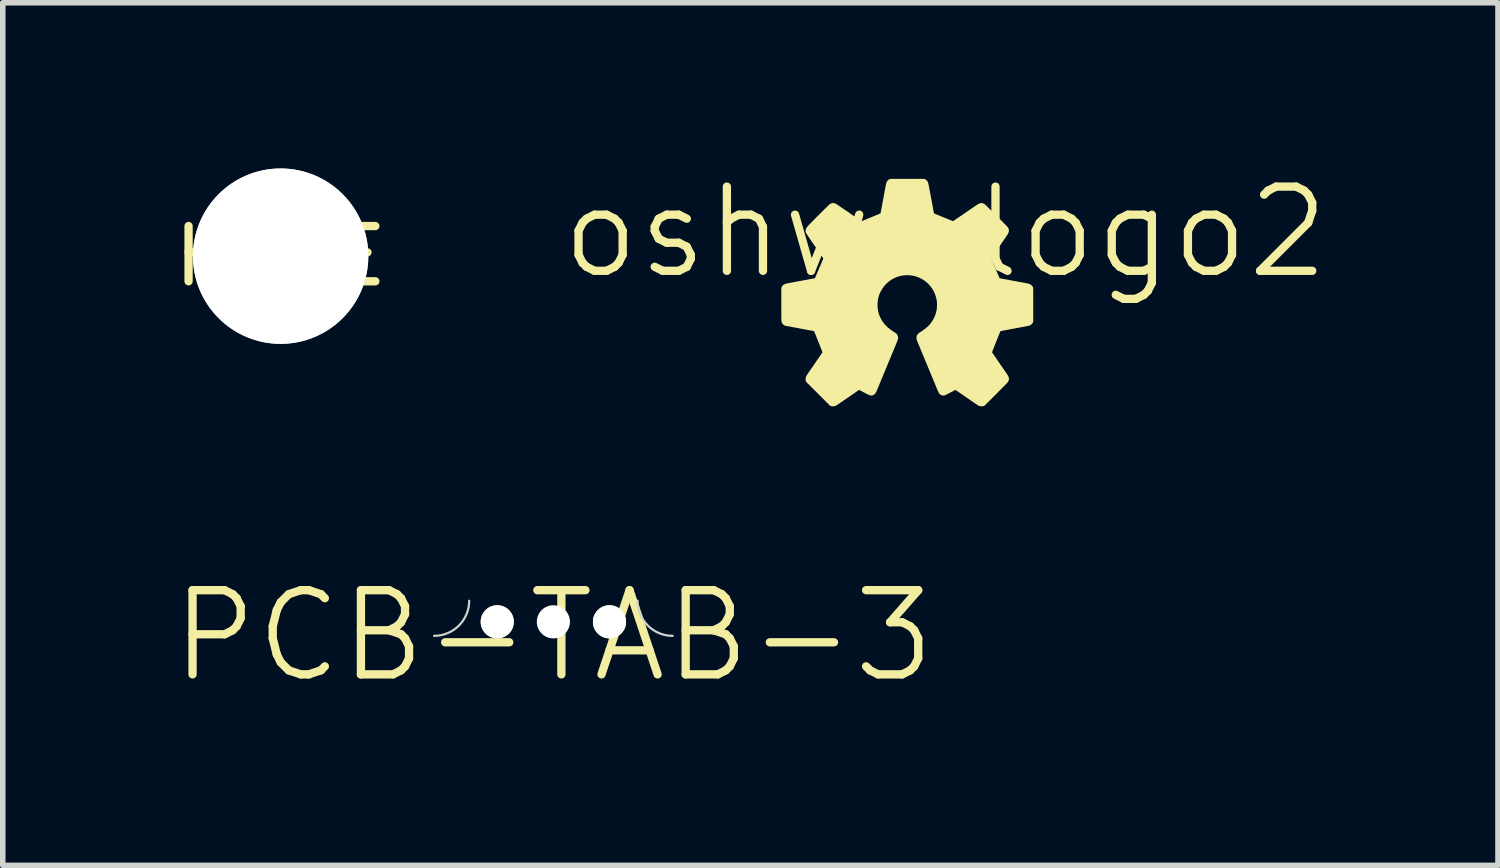
<source format=kicad_pcb>
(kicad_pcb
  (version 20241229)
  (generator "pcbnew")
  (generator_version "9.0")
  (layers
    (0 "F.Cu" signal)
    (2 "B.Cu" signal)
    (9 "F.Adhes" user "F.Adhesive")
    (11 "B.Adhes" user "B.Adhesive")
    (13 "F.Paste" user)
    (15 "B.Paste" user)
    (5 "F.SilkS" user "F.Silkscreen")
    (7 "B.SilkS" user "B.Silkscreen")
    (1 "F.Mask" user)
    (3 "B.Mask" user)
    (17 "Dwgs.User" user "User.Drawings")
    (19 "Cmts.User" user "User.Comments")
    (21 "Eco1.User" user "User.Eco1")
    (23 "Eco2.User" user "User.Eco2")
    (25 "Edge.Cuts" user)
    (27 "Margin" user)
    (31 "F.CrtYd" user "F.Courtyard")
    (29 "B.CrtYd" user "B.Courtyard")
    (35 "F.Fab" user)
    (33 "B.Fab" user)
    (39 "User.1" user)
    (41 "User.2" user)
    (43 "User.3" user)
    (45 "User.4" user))
  (footprint "oshw-logo2"
    (layer "F.Cu")
    (at 13.373 2.245)
    (property "Reference" "oshw-logo2" (at 0.69 -1.09 0) (layer "F.SilkS") (effects (font (size 1.524 1.524) (thickness 0.15))))
    (attr through_hole)
    (fp_poly (pts (xy -2.205 0.221) (xy -2.205 0.269) (xy -2.205 0.311) (xy -2.205 0.348) (xy -2.205 0.381) (xy -2.205 0.409) (xy -2.204 0.432) (xy -2.204 0.452) (xy -2.204 0.468) (xy -2.204 0.482) (xy -2.203 0.492) (xy -2.203 0.501) (xy -2.203 0.507) (xy -2.202 0.511) (xy -2.201 0.514) (xy -2.201 0.517) (xy -2.2 0.518) (xy -2.199 0.519) (xy -2.193 0.525) (xy -2.188 0.529) (xy -2.183 0.53) (xy -2.174 0.531) (xy -2.161 0.534) (xy -2.144 0.537) (xy -2.124 0.541) (xy -2.102 0.545) (xy -2.094 0.547) (xy -2.051 0.555) (xy -2.014 0.561) (xy -1.981 0.568) (xy -1.951 0.573) (xy -1.923 0.579) (xy -1.896 0.584) (xy -1.895 0.584) (xy -1.881 0.586) (xy -1.864 0.59) (xy -1.844 0.593) (xy -1.825 0.597) (xy -1.817 0.598) (xy -1.787 0.604) (xy -1.759 0.609) (xy -1.733 0.614) (xy -1.709 0.618) (xy -1.689 0.622) (xy -1.671 0.626) (xy -1.659 0.628) (xy -1.651 0.63) (xy -1.649 0.63) (xy -1.645 0.631) (xy -1.642 0.633) (xy -1.639 0.635) (xy -1.636 0.638) (xy -1.632 0.643) (xy -1.628 0.65) (xy -1.623 0.66) (xy -1.618 0.672) (xy -1.611 0.687) (xy -1.604 0.705) (xy -1.594 0.727) (xy -1.584 0.753) (xy -1.572 0.783) (xy -1.558 0.818) (xy -1.542 0.858) (xy -1.54 0.863) (xy -1.521 0.909) (xy -1.506 0.95) (xy -1.492 0.985) (xy -1.48 1.015) (xy -1.471 1.039) (xy -1.464 1.059) (xy -1.459 1.073) (xy -1.456 1.083) (xy -1.455 1.087) (xy -1.455 1.091) (xy -1.456 1.094) (xy -1.458 1.099) (xy -1.46 1.105) (xy -1.465 1.112) (xy -1.471 1.122) (xy -1.48 1.135) (xy -1.491 1.152) (xy -1.505 1.172) (xy -1.51 1.179) (xy -1.522 1.197) (xy -1.535 1.215) (xy -1.547 1.233) (xy -1.558 1.249) (xy -1.562 1.255) (xy -1.58 1.281) (xy -1.598 1.307) (xy -1.615 1.332) (xy -1.631 1.356) (xy -1.646 1.378) (xy -1.66 1.398) (xy -1.671 1.415) (xy -1.681 1.428) (xy -1.687 1.437) (xy -1.689 1.44) (xy -1.695 1.448) (xy -1.703 1.459) (xy -1.712 1.474) (xy -1.723 1.489) (xy -1.733 1.504) (xy -1.744 1.52) (xy -1.752 1.533) (xy -1.758 1.543) (xy -1.762 1.55) (xy -1.764 1.555) (xy -1.765 1.56) (xy -1.765 1.564) (xy -1.765 1.577) (xy -1.56 1.781) (xy -1.356 1.985) (xy -1.342 1.985) (xy -1.336 1.985) (xy -1.329 1.983) (xy -1.321 1.979) (xy -1.311 1.973) (xy -1.302 1.967) (xy -1.275 1.949) (xy -1.251 1.932) (xy -1.228 1.917) (xy -1.209 1.904) (xy -1.194 1.893) (xy -1.184 1.886) (xy -1.174 1.88) (xy -1.162 1.871) (xy -1.147 1.861) (xy -1.133 1.851) (xy -1.132 1.851) (xy -1.118 1.841) (xy -1.105 1.832) (xy -1.093 1.824) (xy -1.085 1.818) (xy -1.084 1.817) (xy -1.076 1.812) (xy -1.065 1.804) (xy -1.051 1.795) (xy -1.037 1.786) (xy -1.036 1.785) (xy -1.021 1.775) (xy -1.005 1.764) (xy -0.99 1.753) (xy -0.979 1.746) (xy -0.953 1.727) (xy -0.93 1.712) (xy -0.913 1.7) (xy -0.899 1.691) (xy -0.888 1.685) (xy -0.882 1.682) (xy -0.88 1.682) (xy -0.877 1.681) (xy -0.873 1.681) (xy -0.868 1.682) (xy -0.863 1.684) (xy -0.855 1.688) (xy -0.844 1.693) (xy -0.831 1.699) (xy -0.815 1.708) (xy -0.794 1.718) (xy -0.77 1.732) (xy -0.747 1.743) (xy -0.726 1.755) (xy -0.707 1.765) (xy -0.689 1.774) (xy -0.675 1.781) (xy -0.664 1.786) (xy -0.657 1.789) (xy -0.655 1.79) (xy -0.65 1.79) (xy -0.645 1.788) (xy -0.641 1.785) (xy -0.637 1.78) (xy -0.632 1.773) (xy -0.627 1.762) (xy -0.62 1.747) (xy -0.612 1.727) (xy -0.604 1.707) (xy -0.598 1.693) (xy -0.592 1.678) (xy -0.585 1.662) (xy -0.578 1.645) (xy -0.57 1.625) (xy -0.561 1.603) (xy -0.551 1.578) (xy -0.539 1.55) (xy -0.526 1.517) (xy -0.51 1.481) (xy -0.494 1.44) (xy -0.474 1.394) (xy -0.473 1.39) (xy -0.462 1.365) (xy -0.453 1.341) (xy -0.443 1.319) (xy -0.435 1.299) (xy -0.428 1.282) (xy -0.423 1.269) (xy -0.419 1.26) (xy -0.419 1.26) (xy -0.413 1.246) (xy -0.406 1.229) (xy -0.399 1.213) (xy -0.397 1.208) (xy -0.392 1.195) (xy -0.385 1.178) (xy -0.377 1.16) (xy -0.37 1.142) (xy -0.369 1.139) (xy -0.361 1.121) (xy -0.353 1.1) (xy -0.345 1.08) (xy -0.337 1.063) (xy -0.337 1.062) (xy -0.33 1.046) (xy -0.322 1.026) (xy -0.313 1.005) (xy -0.306 0.986) (xy -0.305 0.985) (xy -0.298 0.969) (xy -0.29 0.949) (xy -0.281 0.927) (xy -0.272 0.905) (xy -0.264 0.886) (xy -0.257 0.868) (xy -0.251 0.851) (xy -0.245 0.837) (xy -0.242 0.826) (xy -0.24 0.82) (xy -0.24 0.819) (xy -0.241 0.811) (xy -0.246 0.803) (xy -0.254 0.795) (xy -0.267 0.786) (xy -0.278 0.779) (xy -0.291 0.771) (xy -0.304 0.762) (xy -0.315 0.755) (xy -0.319 0.752) (xy -0.328 0.745) (xy -0.34 0.736) (xy -0.353 0.727) (xy -0.357 0.724) (xy -0.401 0.689) (xy -0.442 0.65) (xy -0.48 0.607) (xy -0.514 0.56) (xy -0.543 0.511) (xy -0.548 0.501) (xy -0.572 0.449) (xy -0.59 0.397) (xy -0.602 0.345) (xy -0.61 0.291) (xy -0.613 0.235) (xy -0.613 0.225) (xy -0.611 0.167) (xy -0.604 0.113) (xy -0.592 0.06) (xy -0.575 0.007) (xy -0.552 -0.045) (xy -0.55 -0.047) (xy -0.521 -0.1) (xy -0.487 -0.148) (xy -0.449 -0.194) (xy -0.407 -0.235) (xy -0.361 -0.272) (xy -0.311 -0.305) (xy -0.258 -0.333) (xy -0.21 -0.353) (xy -0.158 -0.369) (xy -0.102 -0.381) (xy -0.045 -0.387) (xy 0.012 -0.389) (xy 0.069 -0.385) (xy 0.125 -0.376) (xy 0.147 -0.372) (xy 0.202 -0.355) (xy 0.256 -0.333) (xy 0.308 -0.307) (xy 0.357 -0.275) (xy 0.402 -0.239) (xy 0.434 -0.209) (xy 0.476 -0.163) (xy 0.512 -0.114) (xy 0.542 -0.063) (xy 0.568 -0.009) (xy 0.588 0.048) (xy 0.603 0.106) (xy 0.611 0.155) (xy 0.612 0.177) (xy 0.613 0.203) (xy 0.613 0.231) (xy 0.612 0.26) (xy 0.61 0.289) (xy 0.608 0.315) (xy 0.604 0.337) (xy 0.603 0.342) (xy 0.588 0.403) (xy 0.567 0.46) (xy 0.541 0.515) (xy 0.51 0.566) (xy 0.475 0.614) (xy 0.434 0.659) (xy 0.422 0.67) (xy 0.391 0.698) (xy 0.362 0.721) (xy 0.354 0.726) (xy 0.344 0.733) (xy 0.332 0.742) (xy 0.322 0.75) (xy 0.311 0.758) (xy 0.297 0.767) (xy 0.283 0.776) (xy 0.278 0.779) (xy 0.266 0.786) (xy 0.256 0.794) (xy 0.248 0.8) (xy 0.246 0.802) (xy 0.241 0.813) (xy 0.241 0.827) (xy 0.246 0.843) (xy 0.246 0.844) (xy 0.25 0.852) (xy 0.255 0.864) (xy 0.261 0.878) (xy 0.267 0.894) (xy 0.27 0.899) (xy 0.277 0.918) (xy 0.286 0.94) (xy 0.296 0.962) (xy 0.304 0.982) (xy 0.305 0.985) (xy 0.312 1.003) (xy 0.32 1.02) (xy 0.326 1.036) (xy 0.332 1.05) (xy 0.333 1.053) (xy 0.338 1.066) (xy 0.345 1.082) (xy 0.353 1.102) (xy 0.362 1.123) (xy 0.371 1.145) (xy 0.38 1.166) (xy 0.388 1.186) (xy 0.395 1.203) (xy 0.398 1.211) (xy 0.402 1.22) (xy 0.408 1.234) (xy 0.416 1.252) (xy 0.425 1.274) (xy 0.436 1.3) (xy 0.447 1.328) (xy 0.46 1.358) (xy 0.473 1.389) (xy 0.486 1.422) (xy 0.498 1.451) (xy 0.505 1.469) (xy 0.514 1.49) (xy 0.522 1.51) (xy 0.529 1.527) (xy 0.53 1.528) (xy 0.537 1.544) (xy 0.545 1.564) (xy 0.553 1.585) (xy 0.561 1.603) (xy 0.562 1.605) (xy 0.568 1.62) (xy 0.576 1.639) (xy 0.585 1.661) (xy 0.594 1.684) (xy 0.604 1.706) (xy 0.606 1.713) (xy 0.615 1.733) (xy 0.623 1.751) (xy 0.63 1.765) (xy 0.635 1.777) (xy 0.639 1.783) (xy 0.64 1.785) (xy 0.648 1.789) (xy 0.654 1.79) (xy 0.658 1.788) (xy 0.667 1.785) (xy 0.679 1.778) (xy 0.695 1.77) (xy 0.714 1.761) (xy 0.735 1.75) (xy 0.757 1.738) (xy 0.76 1.737) (xy 0.783 1.725) (xy 0.804 1.714) (xy 0.823 1.704) (xy 0.84 1.695) (xy 0.853 1.688) (xy 0.863 1.684) (xy 0.868 1.682) (xy 0.868 1.682) (xy 0.875 1.681) (xy 0.883 1.683) (xy 0.893 1.688) (xy 0.906 1.695) (xy 0.923 1.706) (xy 0.932 1.713) (xy 0.945 1.722) (xy 0.961 1.733) (xy 0.979 1.745) (xy 0.997 1.758) (xy 1.008 1.765) (xy 1.024 1.776) (xy 1.041 1.788) (xy 1.056 1.798) (xy 1.069 1.807) (xy 1.076 1.812) (xy 1.087 1.82) (xy 1.101 1.83) (xy 1.117 1.84) (xy 1.132 1.85) (xy 1.132 1.851) (xy 1.146 1.86) (xy 1.161 1.87) (xy 1.174 1.879) (xy 1.183 1.886) (xy 1.184 1.886) (xy 1.195 1.894) (xy 1.21 1.904) (xy 1.229 1.917) (xy 1.252 1.933) (xy 1.277 1.95) (xy 1.302 1.967) (xy 1.315 1.976) (xy 1.324 1.981) (xy 1.331 1.984) (xy 1.338 1.985) (xy 1.342 1.985) (xy 1.356 1.985) (xy 1.557 1.785) (xy 1.585 1.756) (xy 1.613 1.728) (xy 1.639 1.702) (xy 1.664 1.677) (xy 1.686 1.654) (xy 1.706 1.634) (xy 1.724 1.616) (xy 1.738 1.601) (xy 1.75 1.589) (xy 1.757 1.581) (xy 1.761 1.577) (xy 1.762 1.576) (xy 1.764 1.573) (xy 1.765 1.57) (xy 1.766 1.566) (xy 1.766 1.562) (xy 1.764 1.558) (xy 1.762 1.552) (xy 1.758 1.544) (xy 1.753 1.535) (xy 1.746 1.524) (xy 1.737 1.509) (xy 1.725 1.492) (xy 1.711 1.472) (xy 1.695 1.448) (xy 1.676 1.42) (xy 1.653 1.388) (xy 1.637 1.365) (xy 1.631 1.356) (xy 1.623 1.344) (xy 1.613 1.329) (xy 1.602 1.314) (xy 1.596 1.304) (xy 1.583 1.286) (xy 1.57 1.266) (xy 1.556 1.246) (xy 1.544 1.228) (xy 1.54 1.223) (xy 1.521 1.195) (xy 1.505 1.172) (xy 1.492 1.153) (xy 1.481 1.137) (xy 1.473 1.125) (xy 1.466 1.115) (xy 1.462 1.108) (xy 1.459 1.102) (xy 1.457 1.098) (xy 1.456 1.094) (xy 1.455 1.091) (xy 1.455 1.089) (xy 1.455 1.087) (xy 1.456 1.083) (xy 1.458 1.075) (xy 1.461 1.065) (xy 1.467 1.05) (xy 1.473 1.032) (xy 1.482 1.009) (xy 1.493 0.982) (xy 1.505 0.95) (xy 1.52 0.913) (xy 1.536 0.871) (xy 1.54 0.863) (xy 1.553 0.829) (xy 1.566 0.797) (xy 1.579 0.766) (xy 1.59 0.738) (xy 1.6 0.713) (xy 1.609 0.691) (xy 1.617 0.673) (xy 1.623 0.658) (xy 1.627 0.649) (xy 1.629 0.644) (xy 1.629 0.644) (xy 1.633 0.64) (xy 1.637 0.637) (xy 1.644 0.633) (xy 1.652 0.63) (xy 1.665 0.627) (xy 1.68 0.624) (xy 1.701 0.62) (xy 1.719 0.616) (xy 1.756 0.61) (xy 1.79 0.603) (xy 1.819 0.598) (xy 1.846 0.593) (xy 1.872 0.588) (xy 1.898 0.583) (xy 1.917 0.579) (xy 1.933 0.576) (xy 1.953 0.573) (xy 1.977 0.568) (xy 2.003 0.563) (xy 2.031 0.558) (xy 2.059 0.553) (xy 2.079 0.549) (xy 2.107 0.544) (xy 2.13 0.54) (xy 2.149 0.536) (xy 2.163 0.533) (xy 2.174 0.531) (xy 2.182 0.529) (xy 2.188 0.527) (xy 2.192 0.525) (xy 2.195 0.523) (xy 2.197 0.521) (xy 2.205 0.513) (xy 2.205 0.222) (xy 2.205 -0.07) (xy 2.197 -0.078) (xy 2.194 -0.08) (xy 2.191 -0.082) (xy 2.186 -0.084) (xy 2.179 -0.086) (xy 2.171 -0.088) (xy 2.159 -0.091) (xy 2.144 -0.094) (xy 2.126 -0.098) (xy 2.104 -0.102) (xy 2.077 -0.107) (xy 2.045 -0.113) (xy 2.014 -0.119) (xy 2.005 -0.12) (xy 1.991 -0.123) (xy 1.973 -0.126) (xy 1.952 -0.13) (xy 1.927 -0.135) (xy 1.9 -0.14) (xy 1.872 -0.145) (xy 1.843 -0.15) (xy 1.814 -0.156) (xy 1.808 -0.157) (xy 1.785 -0.161) (xy 1.76 -0.166) (xy 1.735 -0.17) (xy 1.712 -0.175) (xy 1.694 -0.178) (xy 1.669 -0.183) (xy 1.65 -0.187) (xy 1.635 -0.192) (xy 1.624 -0.197) (xy 1.617 -0.202) (xy 1.614 -0.206) (xy 1.612 -0.209) (xy 1.608 -0.218) (xy 1.602 -0.231) (xy 1.595 -0.249) (xy 1.586 -0.27) (xy 1.575 -0.294) (xy 1.563 -0.321) (xy 1.551 -0.35) (xy 1.537 -0.382) (xy 1.525 -0.41) (xy 1.508 -0.45) (xy 1.493 -0.485) (xy 1.481 -0.515) (xy 1.47 -0.541) (xy 1.461 -0.562) (xy 1.454 -0.58) (xy 1.449 -0.594) (xy 1.445 -0.605) (xy 1.442 -0.613) (xy 1.441 -0.619) (xy 1.44 -0.621) (xy 1.44 -0.625) (xy 1.441 -0.628) (xy 1.442 -0.632) (xy 1.445 -0.638) (xy 1.449 -0.644) (xy 1.454 -0.653) (xy 1.461 -0.665) (xy 1.471 -0.679) (xy 1.483 -0.696) (xy 1.497 -0.718) (xy 1.515 -0.743) (xy 1.524 -0.757) (xy 1.531 -0.767) (xy 1.541 -0.781) (xy 1.552 -0.797) (xy 1.563 -0.814) (xy 1.575 -0.831) (xy 1.576 -0.833) (xy 1.588 -0.85) (xy 1.6 -0.867) (xy 1.611 -0.884) (xy 1.621 -0.897) (xy 1.628 -0.908) (xy 1.628 -0.908) (xy 1.635 -0.918) (xy 1.644 -0.932) (xy 1.655 -0.948) (xy 1.667 -0.965) (xy 1.679 -0.983) (xy 1.679 -0.983) (xy 1.692 -1.001) (xy 1.705 -1.021) (xy 1.719 -1.04) (xy 1.73 -1.058) (xy 1.739 -1.07) (xy 1.75 -1.087) (xy 1.758 -1.1) (xy 1.763 -1.111) (xy 1.765 -1.119) (xy 1.765 -1.127) (xy 1.762 -1.134) (xy 1.76 -1.136) (xy 1.757 -1.14) (xy 1.75 -1.147) (xy 1.74 -1.158) (xy 1.727 -1.172) (xy 1.71 -1.188) (xy 1.692 -1.207) (xy 1.671 -1.228) (xy 1.648 -1.251) (xy 1.625 -1.274) (xy 1.6 -1.299) (xy 1.575 -1.324) (xy 1.549 -1.35) (xy 1.524 -1.375) (xy 1.499 -1.4) (xy 1.475 -1.424) (xy 1.452 -1.446) (xy 1.43 -1.467) (xy 1.411 -1.486) (xy 1.394 -1.503) (xy 1.379 -1.517) (xy 1.367 -1.528) (xy 1.359 -1.536) (xy 1.355 -1.539) (xy 1.354 -1.54) (xy 1.351 -1.542) (xy 1.348 -1.543) (xy 1.344 -1.544) (xy 1.34 -1.543) (xy 1.336 -1.542) (xy 1.329 -1.54) (xy 1.321 -1.535) (xy 1.311 -1.529) (xy 1.299 -1.521) (xy 1.283 -1.511) (xy 1.265 -1.499) (xy 1.242 -1.483) (xy 1.216 -1.465) (xy 1.185 -1.444) (xy 1.179 -1.44) (xy 1.132 -1.408) (xy 1.09 -1.379) (xy 1.052 -1.352) (xy 1.018 -1.329) (xy 0.988 -1.309) (xy 0.961 -1.29) (xy 0.938 -1.275) (xy 0.918 -1.261) (xy 0.901 -1.25) (xy 0.887 -1.24) (xy 0.875 -1.233) (xy 0.865 -1.226) (xy 0.857 -1.221) (xy 0.85 -1.218) (xy 0.845 -1.215) (xy 0.841 -1.213) (xy 0.838 -1.212) (xy 0.836 -1.212) (xy 0.835 -1.212) (xy 0.828 -1.213) (xy 0.817 -1.216) (xy 0.801 -1.222) (xy 0.781 -1.229) (xy 0.755 -1.24) (xy 0.753 -1.241) (xy 0.732 -1.249) (xy 0.71 -1.258) (xy 0.69 -1.266) (xy 0.671 -1.274) (xy 0.657 -1.28) (xy 0.65 -1.282) (xy 0.633 -1.289) (xy 0.614 -1.297) (xy 0.596 -1.305) (xy 0.587 -1.308) (xy 0.574 -1.314) (xy 0.557 -1.321) (xy 0.537 -1.329) (xy 0.517 -1.337) (xy 0.501 -1.344) (xy 0.479 -1.353) (xy 0.461 -1.36) (xy 0.448 -1.366) (xy 0.438 -1.37) (xy 0.431 -1.374) (xy 0.426 -1.377) (xy 0.423 -1.381) (xy 0.42 -1.384) (xy 0.418 -1.39) (xy 0.414 -1.4) (xy 0.411 -1.416) (xy 0.406 -1.437) (xy 0.401 -1.463) (xy 0.397 -1.487) (xy 0.392 -1.513) (xy 0.387 -1.539) (xy 0.383 -1.563) (xy 0.379 -1.584) (xy 0.378 -1.588) (xy 0.375 -1.602) (xy 0.372 -1.621) (xy 0.368 -1.644) (xy 0.363 -1.67) (xy 0.357 -1.699) (xy 0.352 -1.73) (xy 0.346 -1.762) (xy 0.34 -1.794) (xy 0.338 -1.805) (xy 0.331 -1.84) (xy 0.326 -1.869) (xy 0.321 -1.894) (xy 0.317 -1.914) (xy 0.314 -1.931) (xy 0.311 -1.943) (xy 0.309 -1.953) (xy 0.307 -1.961) (xy 0.305 -1.966) (xy 0.303 -1.97) (xy 0.302 -1.973) (xy 0.3 -1.974) (xy 0.292 -1.982) (xy -0.000291 -1.982) (xy -0.293 -1.982) (xy -0.3 -1.974) (xy -0.305 -1.965) (xy -0.31 -1.954) (xy -0.311 -1.949) (xy -0.312 -1.943) (xy -0.314 -1.932) (xy -0.317 -1.916) (xy -0.321 -1.896) (xy -0.325 -1.874) (xy -0.33 -1.849) (xy -0.335 -1.822) (xy -0.338 -1.806) (xy -0.348 -1.75) (xy -0.357 -1.7) (xy -0.366 -1.655) (xy -0.373 -1.614) (xy -0.38 -1.579) (xy -0.386 -1.547) (xy -0.391 -1.52) (xy -0.395 -1.497) (xy -0.399 -1.477) (xy -0.402 -1.46) (xy -0.405 -1.446) (xy -0.407 -1.435) (xy -0.408 -1.425) (xy -0.41 -1.418) (xy -0.411 -1.413) (xy -0.412 -1.409) (xy -0.412 -1.406) (xy -0.412 -1.406) (xy -0.416 -1.394) (xy -0.422 -1.383) (xy -0.423 -1.381) (xy -0.425 -1.38) (xy -0.427 -1.378) (xy -0.429 -1.376) (xy -0.433 -1.374) (xy -0.438 -1.371) (xy -0.445 -1.368) (xy -0.454 -1.364) (xy -0.466 -1.359) (xy -0.48 -1.353) (xy -0.497 -1.345) (xy -0.518 -1.337) (xy -0.542 -1.327) (xy -0.571 -1.315) (xy -0.604 -1.301) (xy -0.642 -1.286) (xy -0.682 -1.27) (xy -0.695 -1.264) (xy -0.712 -1.257) (xy -0.731 -1.249) (xy -0.751 -1.241) (xy -0.765 -1.235) (xy -0.788 -1.226) (xy -0.807 -1.219) (xy -0.821 -1.215) (xy -0.831 -1.213) (xy -0.831 -1.213) (xy -0.846 -1.212) (xy -0.908 -1.254) (xy -0.925 -1.266) (xy -0.945 -1.28) (xy -0.969 -1.296) (xy -0.994 -1.313) (xy -1.021 -1.331) (xy -1.047 -1.349) (xy -1.073 -1.367) (xy -1.079 -1.371) (xy -1.116 -1.397) (xy -1.149 -1.419) (xy -1.178 -1.439) (xy -1.203 -1.456) (xy -1.225 -1.471) (xy -1.243 -1.484) (xy -1.258 -1.494) (xy -1.271 -1.503) (xy -1.282 -1.51) (xy -1.29 -1.516) (xy -1.298 -1.521) (xy -1.304 -1.525) (xy -1.309 -1.529) (xy -1.311 -1.53) (xy -1.325 -1.539) (xy -1.336 -1.543) (xy -1.346 -1.544) (xy -1.355 -1.54) (xy -1.357 -1.54) (xy -1.36 -1.537) (xy -1.367 -1.53) (xy -1.378 -1.52) (xy -1.391 -1.507) (xy -1.408 -1.49) (xy -1.428 -1.471) (xy -1.45 -1.449) (xy -1.474 -1.426) (xy -1.5 -1.4) (xy -1.527 -1.373) (xy -1.555 -1.344) (xy -1.564 -1.336) (xy -1.598 -1.302) (xy -1.628 -1.272) (xy -1.654 -1.245) (xy -1.677 -1.222) (xy -1.696 -1.202) (xy -1.713 -1.185) (xy -1.727 -1.171) (xy -1.738 -1.159) (xy -1.747 -1.149) (xy -1.754 -1.14) (xy -1.759 -1.134) (xy -1.763 -1.128) (xy -1.765 -1.124) (xy -1.766 -1.12) (xy -1.766 -1.117) (xy -1.766 -1.114) (xy -1.765 -1.112) (xy -1.765 -1.111) (xy -1.763 -1.107) (xy -1.758 -1.099) (xy -1.75 -1.087) (xy -1.74 -1.072) (xy -1.726 -1.052) (xy -1.71 -1.027) (xy -1.69 -0.998) (xy -1.667 -0.965) (xy -1.658 -0.953) (xy -1.651 -0.941) (xy -1.64 -0.927) (xy -1.629 -0.91) (xy -1.619 -0.895) (xy -1.617 -0.892) (xy -1.605 -0.875) (xy -1.592 -0.856) (xy -1.578 -0.836) (xy -1.566 -0.818) (xy -1.565 -0.816) (xy -1.549 -0.794) (xy -1.533 -0.77) (xy -1.514 -0.743) (xy -1.494 -0.713) (xy -1.471 -0.679) (xy -1.464 -0.669) (xy -1.454 -0.654) (xy -1.448 -0.643) (xy -1.443 -0.635) (xy -1.441 -0.629) (xy -1.44 -0.623) (xy -1.44 -0.621) (xy -1.441 -0.617) (xy -1.442 -0.611) (xy -1.445 -0.603) (xy -1.449 -0.592) (xy -1.455 -0.578) (xy -1.462 -0.56) (xy -1.471 -0.539) (xy -1.481 -0.513) (xy -1.494 -0.483) (xy -1.509 -0.448) (xy -1.522 -0.418) (xy -1.536 -0.385) (xy -1.549 -0.355) (xy -1.561 -0.326) (xy -1.573 -0.299) (xy -1.583 -0.275) (xy -1.592 -0.254) (xy -1.599 -0.237) (xy -1.605 -0.225) (xy -1.608 -0.217) (xy -1.61 -0.214) (xy -1.618 -0.202) (xy -1.631 -0.193) (xy -1.649 -0.186) (xy -1.661 -0.184) (xy -1.671 -0.182) (xy -1.687 -0.179) (xy -1.708 -0.176) (xy -1.734 -0.171) (xy -1.765 -0.165) (xy -1.8 -0.158) (xy -1.84 -0.151) (xy -1.884 -0.143) (xy -1.919 -0.136) (xy -1.944 -0.132) (xy -1.97 -0.127) (xy -1.997 -0.122) (xy -2.022 -0.117) (xy -2.044 -0.113) (xy -2.055 -0.111) (xy -2.086 -0.105) (xy -2.112 -0.1) (xy -2.134 -0.096) (xy -2.151 -0.093) (xy -2.164 -0.09) (xy -2.174 -0.088) (xy -2.182 -0.086) (xy -2.187 -0.084) (xy -2.191 -0.082) (xy -2.194 -0.08) (xy -2.197 -0.078) (xy -2.205 -0.07) (xy -2.205 0.221)) (stroke (width 0.15) (type solid)) (fill yes) (layer "F.SilkS")))
  (footprint "PCB-TAB-3"
    (layer "F.Cu")
    (at 6.967 8.46)
    (property "Reference" "PCB-TAB-3" (at 0 0 0) (layer "F.SilkS") (effects (font (size 1.524 1.524) (thickness 0.15))))
    (attr through_hole)
    (fp_arc (start -1.524 -0.635) (mid -1.709987 -0.185987) (end -2.159 0) (stroke (width 0.04) (type solid)) (layer "Edge.Cuts"))
    (fp_arc (start 2.159 0) (mid 1.709987 -0.185987) (end 1.524 -0.635) (stroke (width 0.04) (type solid)) (layer "Edge.Cuts"))
    (pad "" np_thru_hole circle (at -1.016 -0.254) (size 0.6 0.6) (drill 0.6) (layers "*.Cu" "*.Mask" "F.SilkS"))
    (pad "" np_thru_hole circle (at 0 -0.254) (size 0.6 0.6) (drill 0.6) (layers "*.Cu"))
    (pad "" np_thru_hole circle (at 1.016 -0.254) (size 0.6 0.6) (drill 0.6) (layers "*.Cu" "*.Mask" "F.SilkS")))
  (footprint "HOLE"
    (layer "F.Cu")
    (at 2.03 1.587)
    (property "Reference" "HOLE" (at 0 0 0) (layer "F.SilkS") (effects (font (size 1 1) (thickness 0.15))))
    (attr through_hole)
    (pad "" np_thru_hole circle (at 0 0) (size 3.175 3.175) (drill 3.175) (layers "*.Cu" "*.Mask" "Dwgs.User")))
  (gr_rect
    (start -3 -3)
    (end 24.066 12.615)
    (stroke (width 0.1) (type default))
    (fill no)
    (layer "Edge.Cuts")))
</source>
